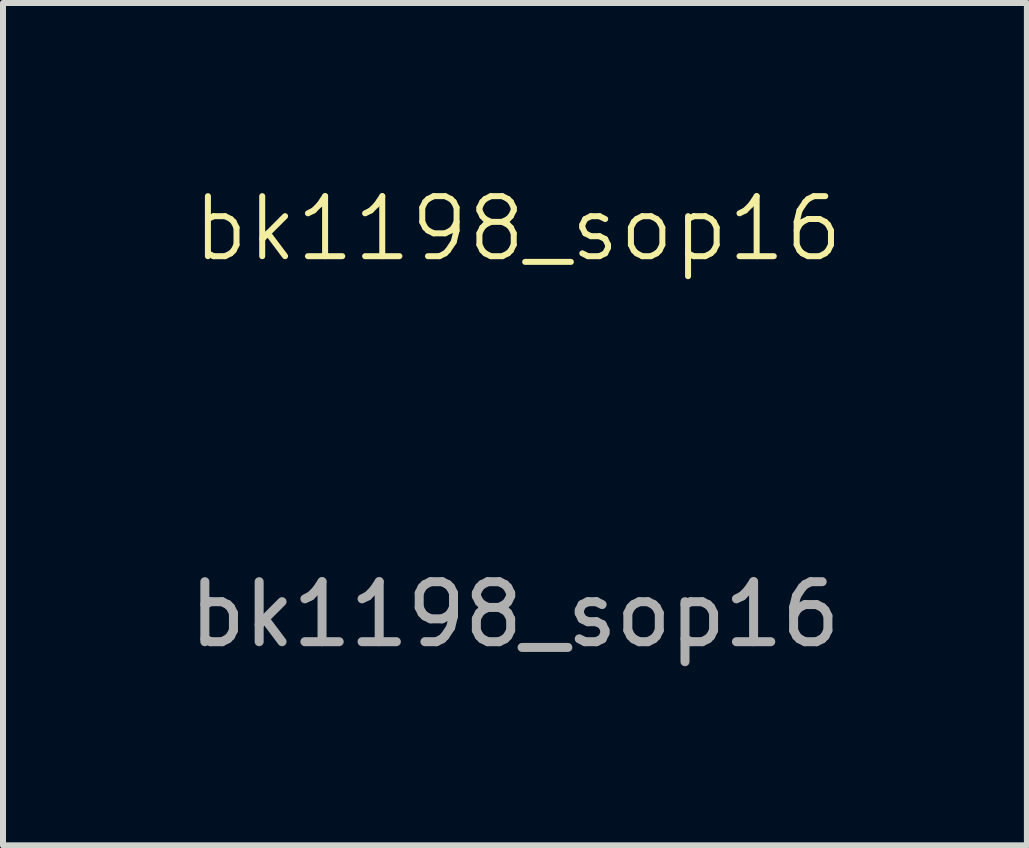
<source format=kicad_pcb>
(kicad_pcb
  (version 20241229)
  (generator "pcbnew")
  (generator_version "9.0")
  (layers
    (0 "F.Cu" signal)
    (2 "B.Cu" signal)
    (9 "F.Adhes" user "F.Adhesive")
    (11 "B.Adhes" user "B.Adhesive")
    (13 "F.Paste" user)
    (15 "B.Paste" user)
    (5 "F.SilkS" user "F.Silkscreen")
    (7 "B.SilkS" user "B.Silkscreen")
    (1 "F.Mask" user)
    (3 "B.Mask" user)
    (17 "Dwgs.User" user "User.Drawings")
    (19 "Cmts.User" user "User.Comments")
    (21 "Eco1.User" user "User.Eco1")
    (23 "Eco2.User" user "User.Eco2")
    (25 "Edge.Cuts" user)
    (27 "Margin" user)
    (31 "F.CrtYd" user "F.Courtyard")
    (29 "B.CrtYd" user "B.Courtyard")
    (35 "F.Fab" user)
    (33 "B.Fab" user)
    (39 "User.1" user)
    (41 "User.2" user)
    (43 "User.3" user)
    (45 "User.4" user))
  (footprint "bk1198_sop16"
    (layer "F.Cu")
    (at 5.581 3.758)
    (property "Reference" "bk1198_sop16" (at 0 -2.997 0) (unlocked yes) (layer "F.SilkS") (effects (font (size 1 1) (thickness 0.1))))
    (attr smd)
    (fp_text user "${REFERENCE}" (at -0.051 3.429 0) (unlocked yes) (layer "F.Fab") (effects (font (size 1 1) (thickness 0.15)))))
  (gr_rect
    (start -3 -3)
    (end 14.06 11.035)
    (stroke (width 0.1) (type default))
    (fill no)
    (layer "Edge.Cuts")))
</source>
